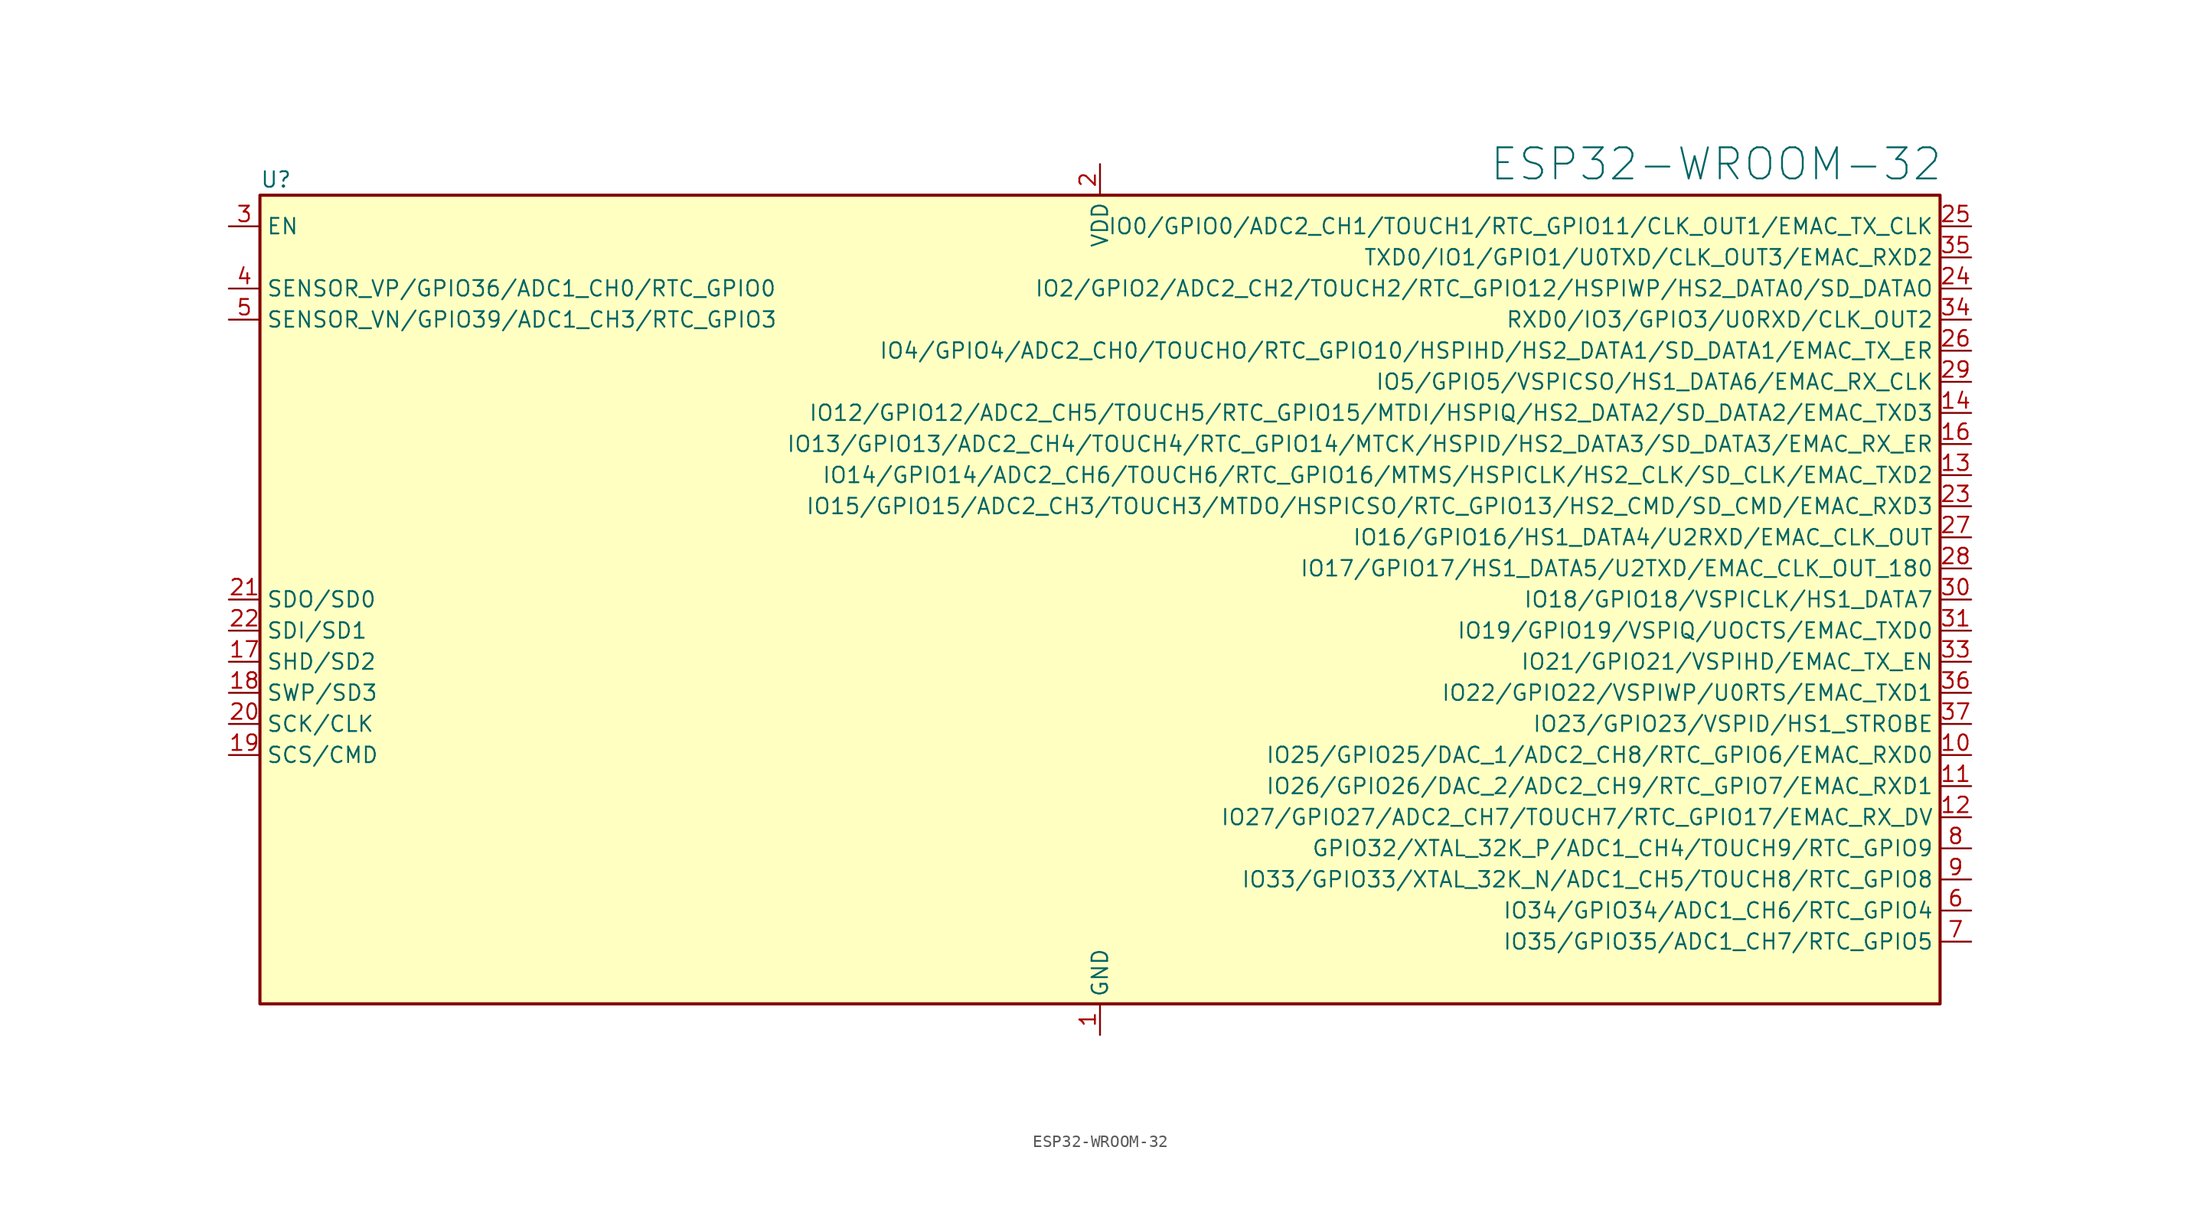
<source format=kicad_sym>
(kicad_symbol_lib
  (version 20220914)
  (generator kicad_symbol_editor)
  (symbol "ESP32-WROOM-32"
    (property "Reference" "U"
      (at -68.58 36.83 0)
      (effects (font (size 1.27 1.27)) (justify left)))
    (property "Value" "ESP32-WROOM-32"
      (at 31.75 38.1 0)
      (effects (font (size 2.54 2.54)) (justify left)))
    (symbol "ESP32-WROOM-32_0_1"
      (rectangle (start -68.58 35.56) (end 68.58 -30.48) (stroke (width 0.254) (type default)) (fill (type background))))
    (symbol "ESP32-WROOM-32_1_1"
      (pin power_in line (at 0 -33.02 90) (length 2.54) (name "GND" (effects (font (size 1.27 1.27)))) (number "1" (effects (font (size 1.27 1.27)))))
      (pin bidirectional line (at 71.12 -10.16 180) (length 2.54) (name "IO25/GPIO25/DAC_1/ADC2_CH8/RTC_GPIO6/EMAC_RXD0" (effects (font (size 1.27 1.27)))) (number "10" (effects (font (size 1.27 1.27)))))
      (pin bidirectional line (at 71.12 -12.7 180) (length 2.54) (name "IO26/GPIO26/DAC_2/ADC2_CH9/RTC_GPIO7/EMAC_RXD1" (effects (font (size 1.27 1.27)))) (number "11" (effects (font (size 1.27 1.27)))))
      (pin bidirectional line (at 71.12 -15.24 180) (length 2.54) (name "IO27/GPIO27/ADC2_CH7/TOUCH7/RTC_GPIO17/EMAC_RX_DV" (effects (font (size 1.27 1.27)))) (number "12" (effects (font (size 1.27 1.27)))))
      (pin bidirectional line (at 71.12 12.7 180) (length 2.54) (name "IO14/GPIO14/ADC2_CH6/TOUCH6/RTC_GPIO16/MTMS/HSPICLK/HS2_CLK/SD_CLK/EMAC_TXD2" (effects (font (size 1.27 1.27)))) (number "13" (effects (font (size 1.27 1.27)))))
      (pin bidirectional line (at 71.12 17.78 180) (length 2.54) (name "IO12/GPIO12/ADC2_CH5/TOUCH5/RTC_GPIO15/MTDI/HSPIQ/HS2_DATA2/SD_DATA2/EMAC_TXD3" (effects (font (size 1.27 1.27)))) (number "14" (effects (font (size 1.27 1.27)))))
      (pin passive line (at 0 -33.02 90) (length 2.54) hide (name "GND" (effects (font (size 1.27 1.27)))) (number "15" (effects (font (size 1.27 1.27)))))
      (pin bidirectional line (at 71.12 15.24 180) (length 2.54) (name "IO13/GPIO13/ADC2_CH4/TOUCH4/RTC_GPIO14/MTCK/HSPID/HS2_DATA3/SD_DATA3/EMAC_RX_ER" (effects (font (size 1.27 1.27)))) (number "16" (effects (font (size 1.27 1.27)))))
      (pin bidirectional line (at -71.12 -2.54 0) (length 2.54) (name "SHD/SD2" (effects (font (size 1.27 1.27)))) (number "17" (effects (font (size 1.27 1.27)))))
      (pin bidirectional line (at -71.12 -5.08 0) (length 2.54) (name "SWP/SD3" (effects (font (size 1.27 1.27)))) (number "18" (effects (font (size 1.27 1.27)))))
      (pin bidirectional line (at -71.12 -10.16 0) (length 2.54) (name "SCS/CMD" (effects (font (size 1.27 1.27)))) (number "19" (effects (font (size 1.27 1.27)))))
      (pin power_in line (at 0 38.1 270) (length 2.54) (name "VDD" (effects (font (size 1.27 1.27)))) (number "2" (effects (font (size 1.27 1.27)))))
      (pin bidirectional line (at -71.12 -7.62 0) (length 2.54) (name "SCK/CLK" (effects (font (size 1.27 1.27)))) (number "20" (effects (font (size 1.27 1.27)))))
      (pin bidirectional line (at -71.12 2.54 0) (length 2.54) (name "SDO/SD0" (effects (font (size 1.27 1.27)))) (number "21" (effects (font (size 1.27 1.27)))))
      (pin bidirectional line (at -71.12 0 0) (length 2.54) (name "SDI/SD1" (effects (font (size 1.27 1.27)))) (number "22" (effects (font (size 1.27 1.27)))))
      (pin bidirectional line (at 71.12 10.16 180) (length 2.54) (name "IO15/GPIO15/ADC2_CH3/TOUCH3/MTDO/HSPICSO/RTC_GPIO13/HS2_CMD/SD_CMD/EMAC_RXD3" (effects (font (size 1.27 1.27)))) (number "23" (effects (font (size 1.27 1.27)))))
      (pin bidirectional line (at 71.12 27.94 180) (length 2.54) (name "IO2/GPIO2/ADC2_CH2/TOUCH2/RTC_GPIO12/HSPIWP/HS2_DATA0/SD_DATAO" (effects (font (size 1.27 1.27)))) (number "24" (effects (font (size 1.27 1.27)))))
      (pin bidirectional line (at 71.12 33.02 180) (length 2.54) (name "IO0/GPIO0/ADC2_CH1/TOUCH1/RTC_GPIO11/CLK_OUT1/EMAC_TX_CLK" (effects (font (size 1.27 1.27)))) (number "25" (effects (font (size 1.27 1.27)))))
      (pin bidirectional line (at 71.12 22.86 180) (length 2.54) (name "IO4/GPIO4/ADC2_CH0/TOUCHO/RTC_GPIO10/HSPIHD/HS2_DATA1/SD_DATA1/EMAC_TX_ER" (effects (font (size 1.27 1.27)))) (number "26" (effects (font (size 1.27 1.27)))))
      (pin bidirectional line (at 71.12 7.62 180) (length 2.54) (name "IO16/GPIO16/HS1_DATA4/U2RXD/EMAC_CLK_OUT" (effects (font (size 1.27 1.27)))) (number "27" (effects (font (size 1.27 1.27)))))
      (pin bidirectional line (at 71.12 5.08 180) (length 2.54) (name "IO17/GPIO17/HS1_DATA5/U2TXD/EMAC_CLK_OUT_180" (effects (font (size 1.27 1.27)))) (number "28" (effects (font (size 1.27 1.27)))))
      (pin bidirectional line (at 71.12 20.32 180) (length 2.54) (name "IO5/GPIO5/VSPICSO/HS1_DATA6/EMAC_RX_CLK" (effects (font (size 1.27 1.27)))) (number "29" (effects (font (size 1.27 1.27)))))
      (pin input line (at -71.12 33.02 0) (length 2.54) (name "EN" (effects (font (size 1.27 1.27)))) (number "3" (effects (font (size 1.27 1.27)))))
      (pin bidirectional line (at 71.12 2.54 180) (length 2.54) (name "IO18/GPIO18/VSPICLK/HS1_DATA7" (effects (font (size 1.27 1.27)))) (number "30" (effects (font (size 1.27 1.27)))))
      (pin bidirectional line (at 71.12 0 180) (length 2.54) (name "IO19/GPIO19/VSPIQ/UOCTS/EMAC_TXD0" (effects (font (size 1.27 1.27)))) (number "31" (effects (font (size 1.27 1.27)))))
      (pin no_connect line (at -71.12 -20.32 0) (length 2.54) hide (name "NC" (effects (font (size 1.27 1.27)))) (number "32" (effects (font (size 1.27 1.27)))))
      (pin bidirectional line (at 71.12 -2.54 180) (length 2.54) (name "IO21/GPIO21/VSPIHD/EMAC_TX_EN" (effects (font (size 1.27 1.27)))) (number "33" (effects (font (size 1.27 1.27)))))
      (pin bidirectional line (at 71.12 25.4 180) (length 2.54) (name "RXD0/IO3/GPIO3/U0RXD/CLK_OUT2" (effects (font (size 1.27 1.27)))) (number "34" (effects (font (size 1.27 1.27)))))
      (pin bidirectional line (at 71.12 30.48 180) (length 2.54) (name "TXD0/IO1/GPIO1/U0TXD/CLK_OUT3/EMAC_RXD2" (effects (font (size 1.27 1.27)))) (number "35" (effects (font (size 1.27 1.27)))))
      (pin bidirectional line (at 71.12 -5.08 180) (length 2.54) (name "IO22/GPIO22/VSPIWP/U0RTS/EMAC_TXD1" (effects (font (size 1.27 1.27)))) (number "36" (effects (font (size 1.27 1.27)))))
      (pin bidirectional line (at 71.12 -7.62 180) (length 2.54) (name "IO23/GPIO23/VSPID/HS1_STROBE" (effects (font (size 1.27 1.27)))) (number "37" (effects (font (size 1.27 1.27)))))
      (pin passive line (at 0 -33.02 90) (length 2.54) hide (name "GND" (effects (font (size 1.27 1.27)))) (number "38" (effects (font (size 1.27 1.27)))))
      (pin passive line (at 0 -33.02 90) (length 2.54) hide (name "GND" (effects (font (size 1.27 1.27)))) (number "39" (effects (font (size 1.27 1.27)))))
      (pin input line (at -71.12 27.94 0) (length 2.54) (name "SENSOR_VP/GPIO36/ADC1_CH0/RTC_GPIO0" (effects (font (size 1.27 1.27)))) (number "4" (effects (font (size 1.27 1.27)))))
      (pin input line (at -71.12 25.4 0) (length 2.54) (name "SENSOR_VN/GPIO39/ADC1_CH3/RTC_GPIO3" (effects (font (size 1.27 1.27)))) (number "5" (effects (font (size 1.27 1.27)))))
      (pin input line (at 71.12 -22.86 180) (length 2.54) (name "IO34/GPIO34/ADC1_CH6/RTC_GPIO4" (effects (font (size 1.27 1.27)))) (number "6" (effects (font (size 1.27 1.27)))))
      (pin input line (at 71.12 -25.4 180) (length 2.54) (name "IO35/GPIO35/ADC1_CH7/RTC_GPIO5" (effects (font (size 1.27 1.27)))) (number "7" (effects (font (size 1.27 1.27)))))
      (pin bidirectional line (at 71.12 -17.78 180) (length 2.54) (name "GPIO32/XTAL_32K_P/ADC1_CH4/TOUCH9/RTC_GPIO9" (effects (font (size 1.27 1.27)))) (number "8" (effects (font (size 1.27 1.27)))))
      (pin bidirectional line (at 71.12 -20.32 180) (length 2.54) (name "IO33/GPIO33/XTAL_32K_N/ADC1_CH5/TOUCH8/RTC_GPIO8" (effects (font (size 1.27 1.27)))) (number "9" (effects (font (size 1.27 1.27))))))))
</source>
